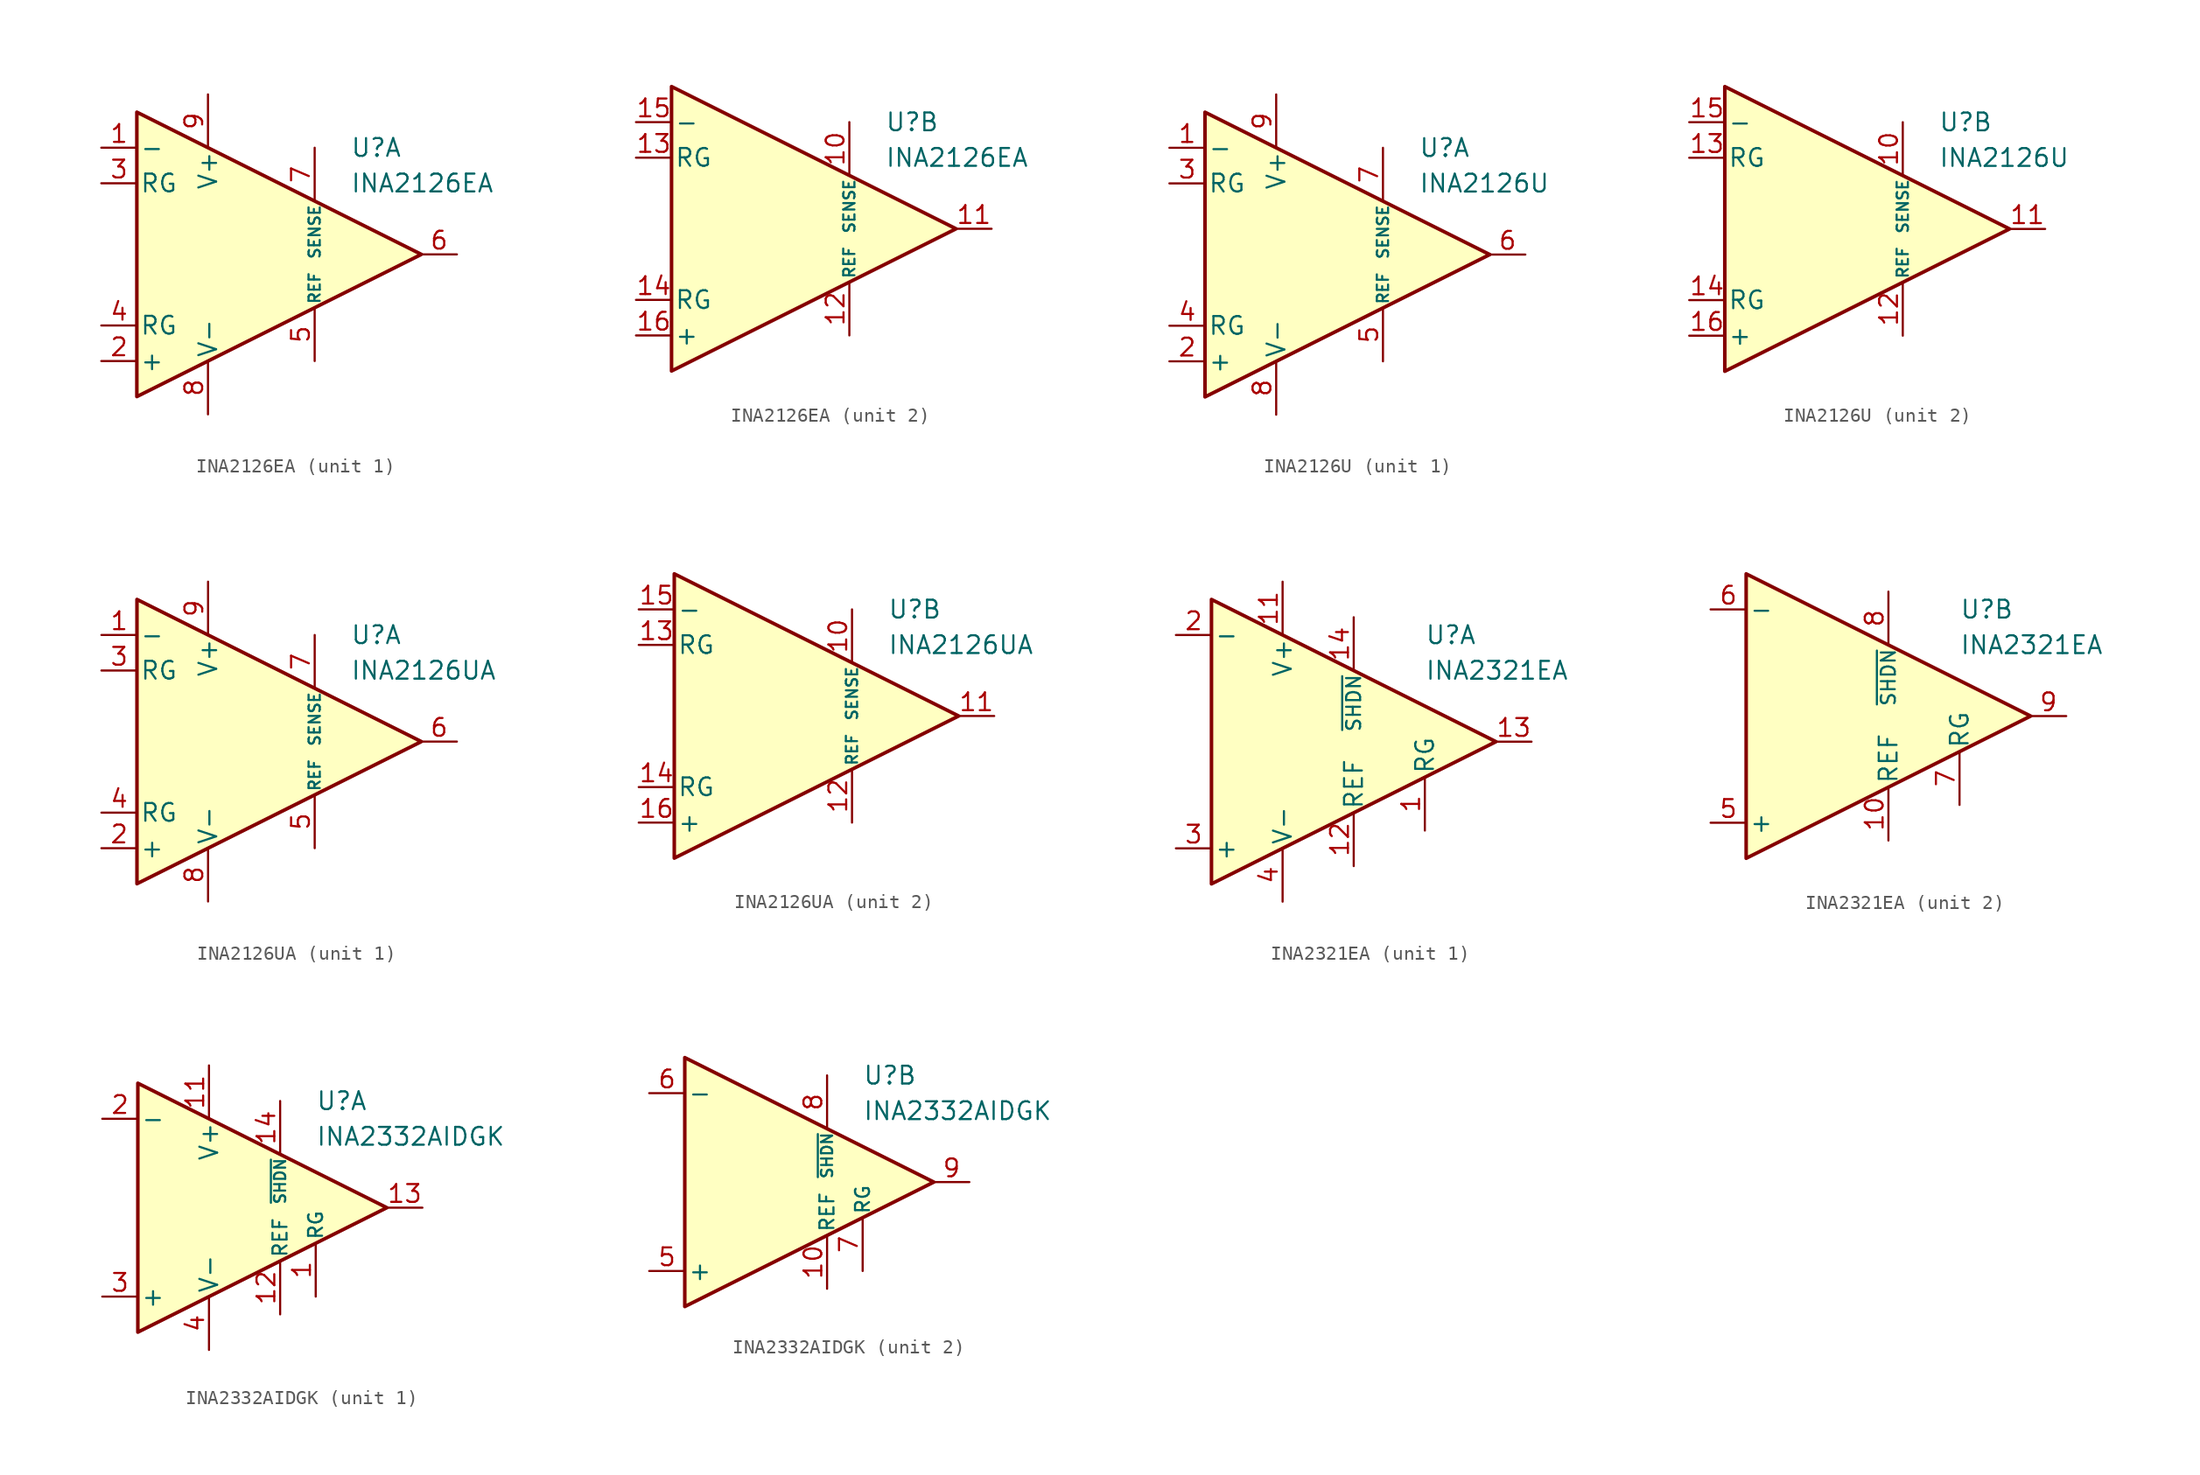
<source format=kicad_sym>
(kicad_symbol_lib
  (version 20231120)
  (generator "kicad_symbol_editor")
  (generator_version "8.0")
  (symbol "INA2126EA"
    (pin_names
      (offset 0.2))
    (property "Reference" "U"
      (at 6.35 7.62 0)
      (effects (font (size 1.27 1.27)) (justify left)))
    (property "Value" "INA2126EA"
      (at 6.35 5.08 0)
      (effects (font (size 1.27 1.27)) (justify left)))
    (property "ki_locked" ""
      (at 0 0 0)
      (effects (font (size 1.27 1.27))))
    (symbol "INA2126EA_0_1"
      (polyline (pts (xy -8.89 10.16) (xy -8.89 -10.16) (xy 11.43 0) (xy -8.89 10.16)) (stroke (width 0.254) (type default)) (fill (type background))))
    (symbol "INA2126EA_1_1"
      (pin input line (at -11.43 7.62 0) (length 2.54) (name "-" (effects (font (size 1.27 1.27)))) (number "1" (effects (font (size 1.27 1.27)))))
      (pin input line (at -11.43 -7.62 0) (length 2.54) (name "+" (effects (font (size 1.27 1.27)))) (number "2" (effects (font (size 1.27 1.27)))))
      (pin passive line (at -11.43 5.08 0) (length 2.54) (name "RG" (effects (font (size 1.27 1.27)))) (number "3" (effects (font (size 1.27 1.27)))))
      (pin passive line (at -11.43 -5.08 0) (length 2.54) (name "RG" (effects (font (size 1.27 1.27)))) (number "4" (effects (font (size 1.27 1.27)))))
      (pin input line (at 3.81 -7.62 90) (length 3.81) (name "REF" (effects (font (size 0.8 0.8)))) (number "5" (effects (font (size 1.27 1.27)))))
      (pin output line (at 13.97 0 180) (length 2.54) (name "~" (effects (font (size 1.27 1.27)))) (number "6" (effects (font (size 1.27 1.27)))))
      (pin input line (at 3.81 7.62 270) (length 3.81) (name "SENSE" (effects (font (size 0.8 0.8)))) (number "7" (effects (font (size 1.27 1.27)))))
      (pin power_in line (at -3.81 -11.43 90) (length 3.81) (name "V-" (effects (font (size 1.27 1.27)))) (number "8" (effects (font (size 1.27 1.27)))))
      (pin power_in line (at -3.81 11.43 270) (length 3.81) (name "V+" (effects (font (size 1.27 1.27)))) (number "9" (effects (font (size 1.27 1.27))))))
    (symbol "INA2126EA_2_1"
      (pin input line (at 3.81 7.62 270) (length 3.81) (name "SENSE" (effects (font (size 0.8 0.8)))) (number "10" (effects (font (size 1.27 1.27)))))
      (pin output line (at 13.97 0 180) (length 2.54) (name "~" (effects (font (size 1.27 1.27)))) (number "11" (effects (font (size 1.27 1.27)))))
      (pin input line (at 3.81 -7.62 90) (length 3.81) (name "REF" (effects (font (size 0.8 0.8)))) (number "12" (effects (font (size 1.27 1.27)))))
      (pin passive line (at -11.43 5.08 0) (length 2.54) (name "RG" (effects (font (size 1.27 1.27)))) (number "13" (effects (font (size 1.27 1.27)))))
      (pin passive line (at -11.43 -5.08 0) (length 2.54) (name "RG" (effects (font (size 1.27 1.27)))) (number "14" (effects (font (size 1.27 1.27)))))
      (pin input line (at -11.43 7.62 0) (length 2.54) (name "-" (effects (font (size 1.27 1.27)))) (number "15" (effects (font (size 1.27 1.27)))))
      (pin input line (at -11.43 -7.62 0) (length 2.54) (name "+" (effects (font (size 1.27 1.27)))) (number "16" (effects (font (size 1.27 1.27)))))))
  (symbol "INA2126U"
    (pin_names
      (offset 0.2))
    (property "Reference" "U"
      (at 6.35 7.62 0)
      (effects (font (size 1.27 1.27)) (justify left)))
    (property "Value" "INA2126U"
      (at 6.35 5.08 0)
      (effects (font (size 1.27 1.27)) (justify left)))
    (property "ki_locked" ""
      (at 0 0 0)
      (effects (font (size 1.27 1.27))))
    (symbol "INA2126U_0_1"
      (polyline (pts (xy -8.89 10.16) (xy -8.89 -10.16) (xy 11.43 0) (xy -8.89 10.16)) (stroke (width 0.254) (type default)) (fill (type background))))
    (symbol "INA2126U_1_1"
      (pin input line (at -11.43 7.62 0) (length 2.54) (name "-" (effects (font (size 1.27 1.27)))) (number "1" (effects (font (size 1.27 1.27)))))
      (pin input line (at -11.43 -7.62 0) (length 2.54) (name "+" (effects (font (size 1.27 1.27)))) (number "2" (effects (font (size 1.27 1.27)))))
      (pin passive line (at -11.43 5.08 0) (length 2.54) (name "RG" (effects (font (size 1.27 1.27)))) (number "3" (effects (font (size 1.27 1.27)))))
      (pin passive line (at -11.43 -5.08 0) (length 2.54) (name "RG" (effects (font (size 1.27 1.27)))) (number "4" (effects (font (size 1.27 1.27)))))
      (pin input line (at 3.81 -7.62 90) (length 3.81) (name "REF" (effects (font (size 0.8 0.8)))) (number "5" (effects (font (size 1.27 1.27)))))
      (pin output line (at 13.97 0 180) (length 2.54) (name "~" (effects (font (size 1.27 1.27)))) (number "6" (effects (font (size 1.27 1.27)))))
      (pin input line (at 3.81 7.62 270) (length 3.81) (name "SENSE" (effects (font (size 0.8 0.8)))) (number "7" (effects (font (size 1.27 1.27)))))
      (pin power_in line (at -3.81 -11.43 90) (length 3.81) (name "V-" (effects (font (size 1.27 1.27)))) (number "8" (effects (font (size 1.27 1.27)))))
      (pin power_in line (at -3.81 11.43 270) (length 3.81) (name "V+" (effects (font (size 1.27 1.27)))) (number "9" (effects (font (size 1.27 1.27))))))
    (symbol "INA2126U_2_1"
      (pin input line (at 3.81 7.62 270) (length 3.81) (name "SENSE" (effects (font (size 0.8 0.8)))) (number "10" (effects (font (size 1.27 1.27)))))
      (pin output line (at 13.97 0 180) (length 2.54) (name "~" (effects (font (size 1.27 1.27)))) (number "11" (effects (font (size 1.27 1.27)))))
      (pin input line (at 3.81 -7.62 90) (length 3.81) (name "REF" (effects (font (size 0.8 0.8)))) (number "12" (effects (font (size 1.27 1.27)))))
      (pin passive line (at -11.43 5.08 0) (length 2.54) (name "RG" (effects (font (size 1.27 1.27)))) (number "13" (effects (font (size 1.27 1.27)))))
      (pin passive line (at -11.43 -5.08 0) (length 2.54) (name "RG" (effects (font (size 1.27 1.27)))) (number "14" (effects (font (size 1.27 1.27)))))
      (pin input line (at -11.43 7.62 0) (length 2.54) (name "-" (effects (font (size 1.27 1.27)))) (number "15" (effects (font (size 1.27 1.27)))))
      (pin input line (at -11.43 -7.62 0) (length 2.54) (name "+" (effects (font (size 1.27 1.27)))) (number "16" (effects (font (size 1.27 1.27)))))))
  (symbol "INA2126UA"
    (pin_names
      (offset 0.2))
    (property "Reference" "U"
      (at 6.35 7.62 0)
      (effects (font (size 1.27 1.27)) (justify left)))
    (property "Value" "INA2126UA"
      (at 6.35 5.08 0)
      (effects (font (size 1.27 1.27)) (justify left)))
    (property "ki_locked" ""
      (at 0 0 0)
      (effects (font (size 1.27 1.27))))
    (symbol "INA2126UA_0_1"
      (polyline (pts (xy -8.89 10.16) (xy -8.89 -10.16) (xy 11.43 0) (xy -8.89 10.16)) (stroke (width 0.254) (type default)) (fill (type background))))
    (symbol "INA2126UA_1_1"
      (pin input line (at -11.43 7.62 0) (length 2.54) (name "-" (effects (font (size 1.27 1.27)))) (number "1" (effects (font (size 1.27 1.27)))))
      (pin input line (at -11.43 -7.62 0) (length 2.54) (name "+" (effects (font (size 1.27 1.27)))) (number "2" (effects (font (size 1.27 1.27)))))
      (pin passive line (at -11.43 5.08 0) (length 2.54) (name "RG" (effects (font (size 1.27 1.27)))) (number "3" (effects (font (size 1.27 1.27)))))
      (pin passive line (at -11.43 -5.08 0) (length 2.54) (name "RG" (effects (font (size 1.27 1.27)))) (number "4" (effects (font (size 1.27 1.27)))))
      (pin input line (at 3.81 -7.62 90) (length 3.81) (name "REF" (effects (font (size 0.8 0.8)))) (number "5" (effects (font (size 1.27 1.27)))))
      (pin output line (at 13.97 0 180) (length 2.54) (name "~" (effects (font (size 1.27 1.27)))) (number "6" (effects (font (size 1.27 1.27)))))
      (pin input line (at 3.81 7.62 270) (length 3.81) (name "SENSE" (effects (font (size 0.8 0.8)))) (number "7" (effects (font (size 1.27 1.27)))))
      (pin power_in line (at -3.81 -11.43 90) (length 3.81) (name "V-" (effects (font (size 1.27 1.27)))) (number "8" (effects (font (size 1.27 1.27)))))
      (pin power_in line (at -3.81 11.43 270) (length 3.81) (name "V+" (effects (font (size 1.27 1.27)))) (number "9" (effects (font (size 1.27 1.27))))))
    (symbol "INA2126UA_2_1"
      (pin input line (at 3.81 7.62 270) (length 3.81) (name "SENSE" (effects (font (size 0.8 0.8)))) (number "10" (effects (font (size 1.27 1.27)))))
      (pin output line (at 13.97 0 180) (length 2.54) (name "~" (effects (font (size 1.27 1.27)))) (number "11" (effects (font (size 1.27 1.27)))))
      (pin input line (at 3.81 -7.62 90) (length 3.81) (name "REF" (effects (font (size 0.8 0.8)))) (number "12" (effects (font (size 1.27 1.27)))))
      (pin passive line (at -11.43 5.08 0) (length 2.54) (name "RG" (effects (font (size 1.27 1.27)))) (number "13" (effects (font (size 1.27 1.27)))))
      (pin passive line (at -11.43 -5.08 0) (length 2.54) (name "RG" (effects (font (size 1.27 1.27)))) (number "14" (effects (font (size 1.27 1.27)))))
      (pin input line (at -11.43 7.62 0) (length 2.54) (name "-" (effects (font (size 1.27 1.27)))) (number "15" (effects (font (size 1.27 1.27)))))
      (pin input line (at -11.43 -7.62 0) (length 2.54) (name "+" (effects (font (size 1.27 1.27)))) (number "16" (effects (font (size 1.27 1.27)))))))
  (symbol "INA2321EA"
    (pin_names
      (offset 0.2))
    (property "Reference" "U"
      (at 6.35 7.62 0)
      (effects (font (size 1.27 1.27)) (justify left)))
    (property "Value" "INA2321EA"
      (at 6.35 5.08 0)
      (effects (font (size 1.27 1.27)) (justify left)))
    (property "ki_locked" ""
      (at 0 0 0)
      (effects (font (size 1.27 1.27))))
    (symbol "INA2321EA_0_1"
      (polyline (pts (xy -8.89 10.16) (xy -8.89 -10.16) (xy 11.43 0) (xy -8.89 10.16)) (stroke (width 0.254) (type default)) (fill (type background))))
    (symbol "INA2321EA_1_1"
      (pin passive line (at 6.35 -6.35 90) (length 3.81) (name "RG" (effects (font (size 1.27 1.27)))) (number "1" (effects (font (size 1.27 1.27)))))
      (pin power_in line (at -3.81 11.43 270) (length 3.81) (name "V+" (effects (font (size 1.27 1.27)))) (number "11" (effects (font (size 1.27 1.27)))))
      (pin input line (at 1.27 -8.89 90) (length 3.81) (name "REF" (effects (font (size 1.27 1.27)))) (number "12" (effects (font (size 1.27 1.27)))))
      (pin output line (at 13.97 0 180) (length 2.54) (name "~" (effects (font (size 1.27 1.27)))) (number "13" (effects (font (size 1.27 1.27)))))
      (pin input line (at 1.27 8.89 270) (length 3.81) (name "~{SHDN}" (effects (font (size 1 1)))) (number "14" (effects (font (size 1.27 1.27)))))
      (pin input line (at -11.43 7.62 0) (length 2.54) (name "-" (effects (font (size 1.27 1.27)))) (number "2" (effects (font (size 1.27 1.27)))))
      (pin input line (at -11.43 -7.62 0) (length 2.54) (name "+" (effects (font (size 1.27 1.27)))) (number "3" (effects (font (size 1.27 1.27)))))
      (pin power_in line (at -3.81 -11.43 90) (length 3.81) (name "V-" (effects (font (size 1.27 1.27)))) (number "4" (effects (font (size 1.27 1.27))))))
    (symbol "INA2321EA_2_1"
      (pin input line (at 1.27 -8.89 90) (length 3.81) (name "REF" (effects (font (size 1.27 1.27)))) (number "10" (effects (font (size 1.27 1.27)))))
      (pin input line (at -11.43 -7.62 0) (length 2.54) (name "+" (effects (font (size 1.27 1.27)))) (number "5" (effects (font (size 1.27 1.27)))))
      (pin input line (at -11.43 7.62 0) (length 2.54) (name "-" (effects (font (size 1.27 1.27)))) (number "6" (effects (font (size 1.27 1.27)))))
      (pin passive line (at 6.35 -6.35 90) (length 3.81) (name "RG" (effects (font (size 1.27 1.27)))) (number "7" (effects (font (size 1.27 1.27)))))
      (pin input line (at 1.27 8.89 270) (length 3.81) (name "~{SHDN}" (effects (font (size 1 1)))) (number "8" (effects (font (size 1.27 1.27)))))
      (pin output line (at 13.97 0 180) (length 2.54) (name "~" (effects (font (size 1.27 1.27)))) (number "9" (effects (font (size 1.27 1.27)))))))
  (symbol "INA2332AIDGK"
    (pin_names
      (offset 0.2))
    (property "Reference" "U"
      (at 6.35 7.62 0)
      (effects (font (size 1.27 1.27)) (justify left)))
    (property "Value" "INA2332AIDGK"
      (at 6.35 5.08 0)
      (effects (font (size 1.27 1.27)) (justify left)))
    (property "ki_locked" ""
      (at 0 0 0)
      (effects (font (size 1.27 1.27))))
    (symbol "INA2332AIDGK_0_1"
      (polyline (pts (xy -6.35 8.89) (xy -6.35 -8.89) (xy 11.43 0) (xy -6.35 8.89)) (stroke (width 0.254) (type default)) (fill (type background))))
    (symbol "INA2332AIDGK_1_1"
      (pin input line (at 6.35 -6.35 90) (length 3.81) (name "RG" (effects (font (size 1 1)))) (number "1" (effects (font (size 1.27 1.27)))))
      (pin power_in line (at -1.27 10.16 270) (length 3.81) (name "V+" (effects (font (size 1.27 1.27)))) (number "11" (effects (font (size 1.27 1.27)))))
      (pin input line (at 3.81 -7.62 90) (length 3.81) (name "REF" (effects (font (size 1 1)))) (number "12" (effects (font (size 1.27 1.27)))))
      (pin output line (at 13.97 0 180) (length 2.54) (name "~" (effects (font (size 1.27 1.27)))) (number "13" (effects (font (size 1.27 1.27)))))
      (pin input line (at 3.81 7.62 270) (length 3.81) (name "~{SHDN}" (effects (font (size 0.8 0.8)))) (number "14" (effects (font (size 1.27 1.27)))))
      (pin input line (at -8.89 6.35 0) (length 2.54) (name "-" (effects (font (size 1.27 1.27)))) (number "2" (effects (font (size 1.27 1.27)))))
      (pin input line (at -8.89 -6.35 0) (length 2.54) (name "+" (effects (font (size 1.27 1.27)))) (number "3" (effects (font (size 1.27 1.27)))))
      (pin power_in line (at -1.27 -10.16 90) (length 3.81) (name "V-" (effects (font (size 1.27 1.27)))) (number "4" (effects (font (size 1.27 1.27))))))
    (symbol "INA2332AIDGK_2_1"
      (pin input line (at 3.81 -7.62 90) (length 3.81) (name "REF" (effects (font (size 1 1)))) (number "10" (effects (font (size 1.27 1.27)))))
      (pin input line (at -8.89 -6.35 0) (length 2.54) (name "+" (effects (font (size 1.27 1.27)))) (number "5" (effects (font (size 1.27 1.27)))))
      (pin input line (at -8.89 6.35 0) (length 2.54) (name "-" (effects (font (size 1.27 1.27)))) (number "6" (effects (font (size 1.27 1.27)))))
      (pin input line (at 6.35 -6.35 90) (length 3.81) (name "RG" (effects (font (size 1 1)))) (number "7" (effects (font (size 1.27 1.27)))))
      (pin input line (at 3.81 7.62 270) (length 3.81) (name "~{SHDN}" (effects (font (size 0.8 0.8)))) (number "8" (effects (font (size 1.27 1.27)))))
      (pin output line (at 13.97 0 180) (length 2.54) (name "~" (effects (font (size 1.27 1.27)))) (number "9" (effects (font (size 1.27 1.27))))))))
</source>
